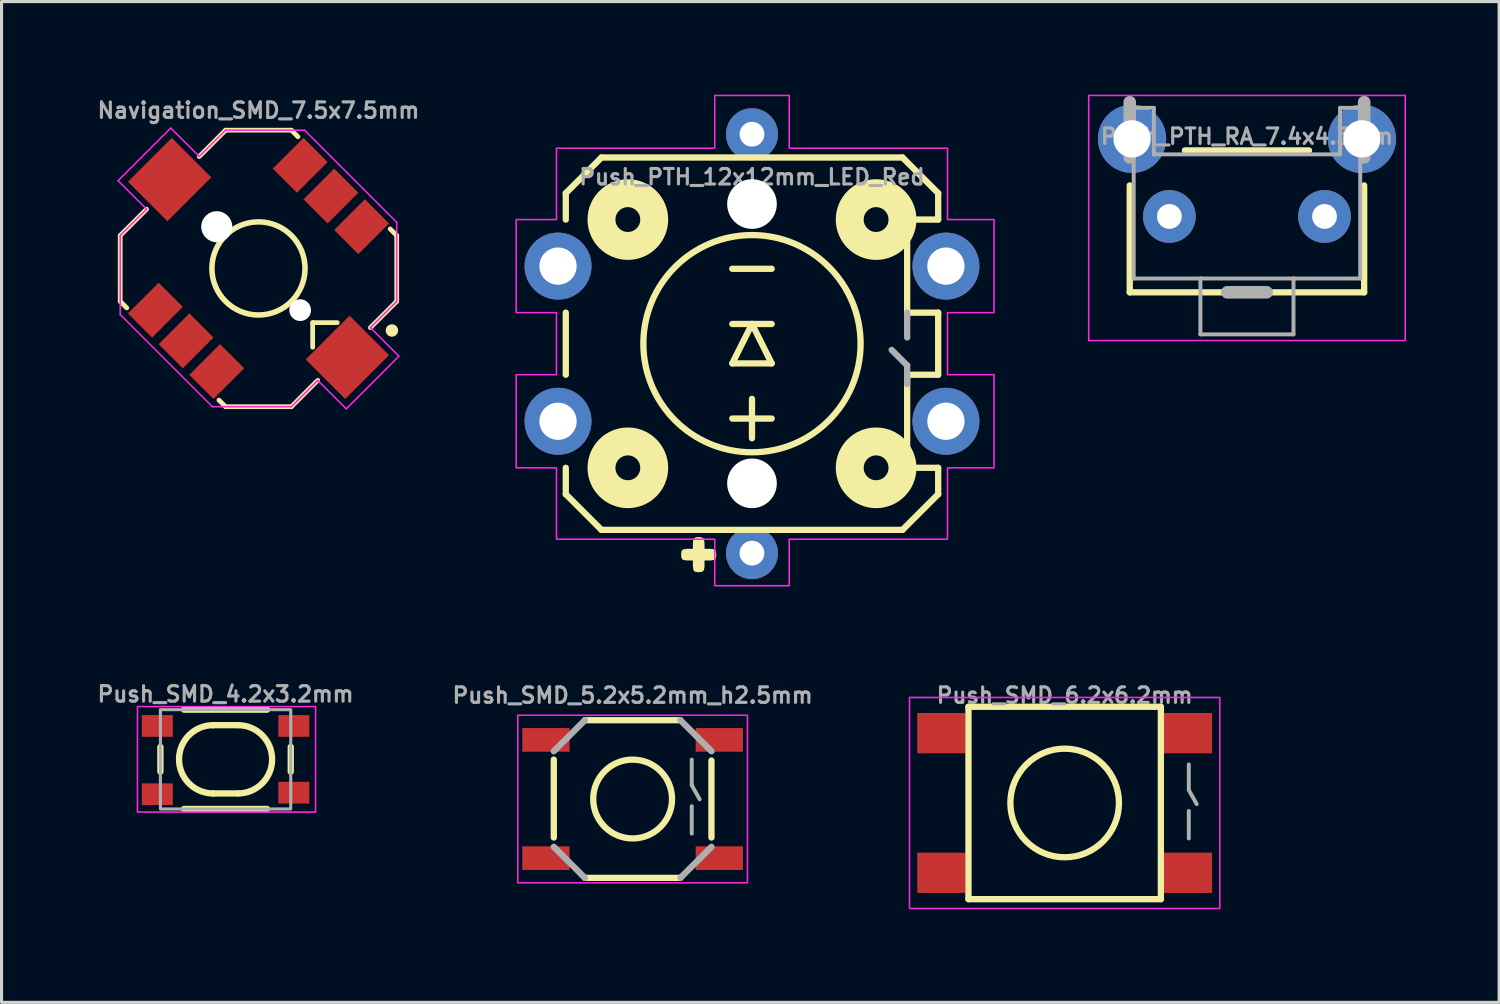
<source format=kicad_pcb>
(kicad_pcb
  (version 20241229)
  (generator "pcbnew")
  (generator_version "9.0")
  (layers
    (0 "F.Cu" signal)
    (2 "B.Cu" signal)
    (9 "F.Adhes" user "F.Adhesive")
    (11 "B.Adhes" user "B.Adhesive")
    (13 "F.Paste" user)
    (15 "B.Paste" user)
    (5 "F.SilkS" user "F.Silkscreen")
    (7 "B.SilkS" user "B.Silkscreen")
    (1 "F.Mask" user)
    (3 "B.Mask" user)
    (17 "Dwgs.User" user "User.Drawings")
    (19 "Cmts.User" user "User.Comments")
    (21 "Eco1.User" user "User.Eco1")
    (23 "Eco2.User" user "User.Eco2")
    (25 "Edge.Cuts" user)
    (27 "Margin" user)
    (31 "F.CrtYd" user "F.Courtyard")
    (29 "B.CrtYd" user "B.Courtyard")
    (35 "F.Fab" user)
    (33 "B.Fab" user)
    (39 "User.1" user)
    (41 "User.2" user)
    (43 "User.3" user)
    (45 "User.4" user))
  (footprint "Push_PTH_RA_7.4x4.3mm"
    (layer "F.Cu")
    (at 37.132 3.925)
    (property "Reference" "Push_PTH_RA_7.4x4.3mm" (at 0 -2.286 0) (layer "F.Fab") (effects (font (size 0.5 0.5) (thickness 0.1)) (justify bottom)))
    (attr through_hole)
    (fp_circle (center -2.5 0) (end -2.278 0) (stroke (width 0.445) (type solid)) (fill yes) (layer "F.Mask"))
    (fp_circle (center 2.5 0) (end 2.722 0) (stroke (width 0.445) (type solid)) (fill yes) (layer "F.Mask"))
    (fp_circle (center -2.5 0) (end -2.055 0) (stroke (width 0.889) (type solid)) (fill yes) (layer "B.Mask"))
    (fp_circle (center 2.5 0) (end 2.945 0) (stroke (width 0.889) (type solid)) (fill yes) (layer "B.Mask"))
    (fp_line (start -3.777 -1) (end -3.777 2.445) (stroke (width 0.203) (type solid)) (layer "F.SilkS"))
    (fp_line (start -3.777 2.445) (end 3.777 2.445) (stroke (width 0.203) (type solid)) (layer "F.SilkS"))
    (fp_line (start 2 -2.127) (end -2 -2.127) (stroke (width 0.203) (type solid)) (layer "F.SilkS"))
    (fp_line (start 3.777 2.445) (end 3.777 -1) (stroke (width 0.203) (type solid)) (layer "F.SilkS"))
    (fp_rect (start -5.1 -3.9) (end 5.1 4) (stroke (width 0.05) (type default)) (fill no) (layer "F.CrtYd"))
    (fp_line (start -3.777 -1.905) (end -3.777 -3.683) (stroke (width 0.406) (type solid)) (layer "F.Fab"))
    (fp_line (start -3.65 -3.5) (end -3 -3.5) (stroke (width 0.127) (type solid)) (layer "F.Fab"))
    (fp_line (start -3.65 2) (end -3.65 -3.5) (stroke (width 0.127) (type solid)) (layer "F.Fab"))
    (fp_line (start -3.65 2) (end -1.5 2) (stroke (width 0.127) (type solid)) (layer "F.Fab"))
    (fp_line (start -3 -2) (end -3 -3.5) (stroke (width 0.127) (type solid)) (layer "F.Fab"))
    (fp_line (start -3 -2) (end 3 -2) (stroke (width 0.127) (type solid)) (layer "F.Fab"))
    (fp_line (start -1.5 2) (end -1.5 3.8) (stroke (width 0.127) (type solid)) (layer "F.Fab"))
    (fp_line (start -1.5 2) (end 1.5 2) (stroke (width 0.127) (type solid)) (layer "F.Fab"))
    (fp_line (start -0.635 2.445) (end 0.635 2.445) (stroke (width 0.406) (type solid)) (layer "F.Fab"))
    (fp_line (start 1.5 2) (end 1.5 3.8) (stroke (width 0.127) (type solid)) (layer "F.Fab"))
    (fp_line (start 1.5 2) (end 3.65 2) (stroke (width 0.127) (type solid)) (layer "F.Fab"))
    (fp_line (start 1.5 3.8) (end -1.5 3.8) (stroke (width 0.127) (type solid)) (layer "F.Fab"))
    (fp_line (start 3 -3.5) (end 3.65 -3.5) (stroke (width 0.127) (type solid)) (layer "F.Fab"))
    (fp_line (start 3 -2) (end 3 -3.5) (stroke (width 0.127) (type solid)) (layer "F.Fab"))
    (fp_line (start 3.65 -3.5) (end 3.65 2) (stroke (width 0.127) (type solid)) (layer "F.Fab"))
    (fp_line (start 3.777 -1.905) (end 3.777 -3.683) (stroke (width 0.406) (type solid)) (layer "F.Fab"))
    (pad "1" thru_hole circle (at -2.5 0) (size 1.7 1.7) (drill 0.8) (layers "*.Cu"))
    (pad "2" thru_hole circle (at 2.5 0) (size 1.7 1.7) (drill 0.8) (layers "*.Cu"))
    (pad "M1" thru_hole circle (at -3.703 -2.5) (size 2.2 2.2) (drill 1.2) (layers "*.Cu" "*.Mask"))
    (pad "M2" thru_hole circle (at 3.703 -2.5) (size 2.2 2.2) (drill 1.2) (layers "*.Cu" "*.Mask")))
  (footprint "Navigation_SMD_7.5x7.5mm"
    (layer "F.Cu")
    (at 5.279 5.6)
    (property "Reference" "Navigation_SMD_7.5x7.5mm" (at 0 -4.8 180) (layer "F.Fab") (effects (font (size 0.5 0.5) (thickness 0.1)) (justify bottom)))
    (attr smd)
    (fp_line (start -4.455 -1.061) (end -4.455 1.061) (stroke (width 0.152) (type default)) (layer "F.SilkS"))
    (fp_line (start -4.455 1.061) (end -4.243 1.273) (stroke (width 0.152) (type default)) (layer "F.SilkS"))
    (fp_line (start -3.606 -1.909) (end -4.455 -1.061) (stroke (width 0.152) (type default)) (layer "F.SilkS"))
    (fp_line (start -1.909 -3.606) (end -1.061 -4.455) (stroke (width 0.152) (type default)) (layer "F.SilkS"))
    (fp_line (start -1.061 -4.455) (end 1.061 -4.455) (stroke (width 0.152) (type default)) (layer "F.SilkS"))
    (fp_line (start -1.061 4.455) (end -1.273 4.243) (stroke (width 0.152) (type default)) (layer "F.SilkS"))
    (fp_line (start 1.061 -4.455) (end 1.273 -4.243) (stroke (width 0.152) (type default)) (layer "F.SilkS"))
    (fp_line (start 1.061 4.455) (end -1.061 4.455) (stroke (width 0.152) (type default)) (layer "F.SilkS"))
    (fp_line (start 1.746 1.746) (end 2.54 1.746) (stroke (width 0.152) (type default)) (layer "F.SilkS"))
    (fp_line (start 1.746 2.54) (end 1.746 1.746) (stroke (width 0.152) (type default)) (layer "F.SilkS"))
    (fp_line (start 1.909 3.606) (end 1.061 4.455) (stroke (width 0.152) (type default)) (layer "F.SilkS"))
    (fp_line (start 3.606 1.909) (end 4.455 1.061) (stroke (width 0.152) (type default)) (layer "F.SilkS"))
    (fp_line (start 4.455 -1.061) (end 4.243 -1.273) (stroke (width 0.152) (type default)) (layer "F.SilkS"))
    (fp_line (start 4.455 1.061) (end 4.455 -1.061) (stroke (width 0.152) (type default)) (layer "F.SilkS"))
    (fp_circle (center 0 0) (end 1.061 -1.061) (stroke (width 0.178) (type default)) (fill no) (layer "F.SilkS"))
    (fp_circle (center 4.3 2) (end 4.3 2.1) (stroke (width 0.2) (type solid)) (fill yes) (layer "F.SilkS"))
    (fp_line (start -4.525 -2.828) (end -3.677 -3.677) (stroke (width 0.05) (type default)) (layer "F.CrtYd"))
    (fp_line (start -4.455 -1.061) (end -3.606 -1.909) (stroke (width 0.05) (type default)) (layer "F.CrtYd"))
    (fp_line (start -4.455 1.485) (end -4.455 -1.061) (stroke (width 0.05) (type default)) (layer "F.CrtYd"))
    (fp_line (start -3.606 -1.909) (end -4.525 -2.828) (stroke (width 0.05) (type default)) (layer "F.CrtYd"))
    (fp_line (start -2.828 -4.525) (end -3.677 -3.677) (stroke (width 0.05) (type default)) (layer "F.CrtYd"))
    (fp_line (start -1.909 -3.606) (end -2.828 -4.525) (stroke (width 0.05) (type default)) (layer "F.CrtYd"))
    (fp_line (start -1.909 -3.606) (end -1.061 -4.455) (stroke (width 0.05) (type default)) (layer "F.CrtYd"))
    (fp_line (start -1.485 4.455) (end -4.455 1.485) (stroke (width 0.05) (type default)) (layer "F.CrtYd"))
    (fp_line (start -1.061 -4.455) (end 1.485 -4.455) (stroke (width 0.05) (type default)) (layer "F.CrtYd"))
    (fp_line (start 1.061 4.455) (end -1.485 4.455) (stroke (width 0.05) (type default)) (layer "F.CrtYd"))
    (fp_line (start 1.485 -4.455) (end 4.455 -1.485) (stroke (width 0.05) (type default)) (layer "F.CrtYd"))
    (fp_line (start 1.909 3.606) (end 1.061 4.455) (stroke (width 0.05) (type default)) (layer "F.CrtYd"))
    (fp_line (start 1.909 3.606) (end 2.828 4.525) (stroke (width 0.05) (type default)) (layer "F.CrtYd"))
    (fp_line (start 2.828 4.525) (end 3.677 3.677) (stroke (width 0.05) (type default)) (layer "F.CrtYd"))
    (fp_line (start 3.606 1.909) (end 4.525 2.828) (stroke (width 0.05) (type default)) (layer "F.CrtYd"))
    (fp_line (start 4.455 -1.485) (end 4.455 1.061) (stroke (width 0.05) (type default)) (layer "F.CrtYd"))
    (fp_line (start 4.455 1.061) (end 3.606 1.909) (stroke (width 0.05) (type default)) (layer "F.CrtYd"))
    (fp_line (start 4.525 2.828) (end 3.677 3.677) (stroke (width 0.05) (type default)) (layer "F.CrtYd"))
    (fp_line (start -4.3 -1) (end -1 -4.3) (stroke (width 0.1) (type default)) (layer "User.1"))
    (fp_line (start -4.3 1) (end -4.3 -1) (stroke (width 0.1) (type default)) (layer "User.1"))
    (fp_line (start -4.3 1) (end -1 4.3) (stroke (width 0.1) (type default)) (layer "User.1"))
    (fp_line (start -1 -4.3) (end 1 -4.3) (stroke (width 0.1) (type default)) (layer "User.1"))
    (fp_line (start -1 4.3) (end 1 4.3) (stroke (width 0.1) (type default)) (layer "User.1"))
    (fp_line (start -0.95 0.7) (end -0.95 -0.7) (stroke (width 0.1) (type default)) (layer "User.1"))
    (fp_line (start -0.7 -0.95) (end 0.7 -0.95) (stroke (width 0.1) (type default)) (layer "User.1"))
    (fp_line (start 0 -4) (end -0.4 -3.6) (stroke (width 0.1) (type default)) (layer "User.1"))
    (fp_line (start 0 -4) (end 0.4 -3.6) (stroke (width 0.1) (type default)) (layer "User.1"))
    (fp_line (start 0 -2.8) (end 0 -4) (stroke (width 0.1) (type default)) (layer "User.1"))
    (fp_line (start 0.7 0.95) (end -0.7 0.95) (stroke (width 0.1) (type default)) (layer "User.1"))
    (fp_line (start 0.95 -0.7) (end 0.95 0.7) (stroke (width 0.1) (type default)) (layer "User.1"))
    (fp_line (start 1 -4.3) (end 4.3 -1) (stroke (width 0.1) (type default)) (layer "User.1"))
    (fp_line (start 4.3 1) (end 1 4.3) (stroke (width 0.1) (type default)) (layer "User.1"))
    (fp_line (start 4.3 1) (end 4.3 -1) (stroke (width 0.1) (type default)) (layer "User.1"))
    (fp_arc (start -0.949999 -0.699999) (mid -0.865058 -0.865057) (end -0.7 -0.949999) (stroke (width 0.1) (type default)) (layer "User.1"))
    (fp_arc (start -0.699999 0.949999) (mid -0.865057 0.865058) (end -0.949999 0.7) (stroke (width 0.1) (type default)) (layer "User.1"))
    (fp_arc (start 0.7 -0.949999) (mid 0.865058 -0.865058) (end 0.95 -0.7) (stroke (width 0.1) (type default)) (layer "User.1"))
    (fp_arc (start 0.949999 0.699999) (mid 0.865058 0.865057) (end 0.7 0.949999) (stroke (width 0.1) (type default)) (layer "User.1"))
    (fp_circle (center 0 0) (end 1.061 -1.061) (stroke (width 0.05) (type default)) (fill no) (layer "User.1"))
    (pad "" np_thru_hole circle (at -1.344 -1.344 45) (size 1 1) (drill 1) (layers "*.Cu" "*.Mask"))
    (pad "" np_thru_hole circle (at 1.344 1.344 45) (size 0.7 0.7) (drill 0.7) (layers "*.Cu" "*.Mask"))
    (pad "1" smd rect (at -3.323 1.344 45) (size 1.4 1.1) (layers "F.Cu" "F.Mask" "F.Paste"))
    (pad "2" smd rect (at -2.333 2.333 45) (size 1.4 1.1) (layers "F.Cu" "F.Mask" "F.Paste"))
    (pad "3" smd rect (at -1.344 3.323 45) (size 1.4 1.1) (layers "F.Cu" "F.Mask" "F.Paste"))
    (pad "4" smd rect (at 3.323 -1.344 45) (size 1.4 1.1) (layers "F.Cu" "F.Mask" "F.Paste"))
    (pad "5" smd rect (at 2.333 -2.333 45) (size 1.4 1.1) (layers "F.Cu" "F.Mask" "F.Paste"))
    (pad "6" smd rect (at 1.344 -3.323 45) (size 1.4 1.1) (layers "F.Cu" "F.Mask" "F.Paste"))
    (pad "MP1" smd rect (at 2.864 2.864 45) (size 2 1.8) (layers "F.Cu" "F.Mask" "F.Paste"))
    (pad "MP2" smd rect (at -2.864 -2.864 45) (size 2 1.8) (layers "F.Cu" "F.Mask" "F.Paste")))
  (footprint "Push_PTH_12x12mm_LED_Red"
    (layer "F.Cu")
    (at 21.182 8.025)
    (property "Reference" "Push_PTH_12x12mm_LED_Red" (at 0 -5.08 0) (layer "F.Fab") (effects (font (size 0.5 0.5) (thickness 0.1)) (justify bottom)))
    (attr through_hole)
    (fp_line (start -6 -4.85) (end -4.85 -6) (stroke (width 0.203) (type solid)) (layer "F.SilkS"))
    (fp_line (start -6 -4) (end -6 -4.85) (stroke (width 0.203) (type solid)) (layer "F.SilkS"))
    (fp_line (start -6 1) (end -6 -1) (stroke (width 0.203) (type solid)) (layer "F.SilkS"))
    (fp_line (start -6 4.85) (end -6 4) (stroke (width 0.203) (type solid)) (layer "F.SilkS"))
    (fp_line (start -4.85 -6) (end 4.85 -6) (stroke (width 0.203) (type solid)) (layer "F.SilkS"))
    (fp_line (start -4.85 6) (end -6 4.85) (stroke (width 0.203) (type solid)) (layer "F.SilkS"))
    (fp_line (start -0.635 -0.635) (end 0 -0.635) (stroke (width 0.203) (type solid)) (layer "F.SilkS"))
    (fp_line (start -0.635 0.635) (end 0.635 0.635) (stroke (width 0.203) (type solid)) (layer "F.SilkS"))
    (fp_line (start 0 -0.635) (end -0.635 0.635) (stroke (width 0.203) (type solid)) (layer "F.SilkS"))
    (fp_line (start 0 -0.635) (end 0.635 -0.635) (stroke (width 0.203) (type solid)) (layer "F.SilkS"))
    (fp_line (start 0 3.048) (end 0 1.778) (stroke (width 0.203) (type solid)) (layer "F.SilkS"))
    (fp_line (start 0.635 -2.413) (end -0.635 -2.413) (stroke (width 0.203) (type solid)) (layer "F.SilkS"))
    (fp_line (start 0.635 0.635) (end 0 -0.635) (stroke (width 0.203) (type solid)) (layer "F.SilkS"))
    (fp_line (start 0.635 2.413) (end -0.635 2.413) (stroke (width 0.203) (type solid)) (layer "F.SilkS"))
    (fp_line (start 4.85 -6) (end 6 -4.85) (stroke (width 0.203) (type solid)) (layer "F.SilkS"))
    (fp_line (start 4.85 6) (end -4.85 6) (stroke (width 0.203) (type solid)) (layer "F.SilkS"))
    (fp_line (start 5 -4) (end 6 -4) (stroke (width 0.203) (type solid)) (layer "F.SilkS"))
    (fp_line (start 5 -1) (end 5 -4) (stroke (width 0.203) (type solid)) (layer "F.SilkS"))
    (fp_line (start 5 1) (end 5 4) (stroke (width 0.203) (type solid)) (layer "F.SilkS"))
    (fp_line (start 5 4) (end 6 4) (stroke (width 0.203) (type solid)) (layer "F.SilkS"))
    (fp_line (start 6 -4.85) (end 6 -4) (stroke (width 0.203) (type solid)) (layer "F.SilkS"))
    (fp_line (start 6 -1) (end 5 -1) (stroke (width 0.203) (type solid)) (layer "F.SilkS"))
    (fp_line (start 6 -1) (end 6 1) (stroke (width 0.203) (type solid)) (layer "F.SilkS"))
    (fp_line (start 6 1) (end 5 1) (stroke (width 0.203) (type solid)) (layer "F.SilkS"))
    (fp_line (start 6 4) (end 6 4.85) (stroke (width 0.203) (type solid)) (layer "F.SilkS"))
    (fp_line (start 6 4.85) (end 4.85 6) (stroke (width 0.203) (type solid)) (layer "F.SilkS"))
    (fp_circle (center -4 -4) (end -3.6 -4) (stroke (width 0.9) (type solid)) (fill no) (layer "F.SilkS"))
    (fp_circle (center -4 4) (end -3.6 4) (stroke (width 0.9) (type solid)) (fill no) (layer "F.SilkS"))
    (fp_circle (center 0 0) (end 3.5 0) (stroke (width 0.203) (type solid)) (fill no) (layer "F.SilkS"))
    (fp_circle (center 4 -4) (end 4.4 -4) (stroke (width 0.9) (type solid)) (fill no) (layer "F.SilkS"))
    (fp_circle (center 4 4) (end 4.4 4) (stroke (width 0.9) (type solid)) (fill no) (layer "F.SilkS"))
    (fp_poly (pts (xy -1.529 6.609) (xy -1.336 6.609) (xy -1.214 6.629) (xy -1.163 6.69) (xy -1.15 6.798) (xy -1.162 6.906) (xy -1.203 6.964) (xy -1.324 6.985) (xy -1.529 6.985) (xy -1.529 7.178) (xy -1.549 7.299) (xy -1.61 7.351) (xy -1.718 7.364) (xy -1.826 7.351) (xy -1.884 7.306) (xy -1.905 7.176) (xy -1.905 6.985) (xy -2.112 6.985) (xy -2.226 6.966) (xy -2.274 6.905) (xy -2.286 6.797) (xy -2.273 6.689) (xy -2.226 6.63) (xy -2.095 6.609) (xy -1.905 6.609) (xy -1.905 6.416) (xy -1.886 6.294) (xy -1.825 6.243) (xy -1.717 6.23) (xy -1.609 6.243) (xy -1.55 6.287) (xy -1.529 6.418) (xy -1.529 6.609)) (stroke (width 0) (type solid)) (fill yes) (layer "F.SilkS"))
    (fp_poly (pts (xy 7.8 -4) (xy 7.8 -1) (xy 6.3 -1) (xy 6.3 1) (xy 7.8 1) (xy 7.8 4) (xy 6.3 4) (xy 6.3 6.3) (xy 1.2 6.3) (xy 1.2 7.8) (xy -1.2 7.8) (xy -1.2 6.3) (xy -6.3 6.3) (xy -6.3 4) (xy -7.6 4) (xy -7.6 1) (xy -6.3 1) (xy -6.3 -1) (xy -7.6 -1) (xy -7.6 -4) (xy -6.3 -4) (xy -6.3 -6.3) (xy -1.2 -6.3) (xy -1.2 -8) (xy 1.2 -8) (xy 1.2 -6.3) (xy 6.3 -6.3) (xy 6.3 -4)) (stroke (width 0.05) (type solid)) (fill no) (layer "F.CrtYd"))
    (fp_line (start 5 -0.2) (end 5 -1) (stroke (width 0.203) (type solid)) (layer "F.Fab"))
    (fp_line (start 5 0.7) (end 4.5 0.2) (stroke (width 0.203) (type solid)) (layer "F.Fab"))
    (fp_line (start 5 1.3) (end 5 0.7) (stroke (width 0.203) (type solid)) (layer "F.Fab"))
    (pad "" np_thru_hole circle (at 0 -4.5) (size 1.6 1.6) (drill 1.6) (layers "*.Cu" "*.Mask"))
    (pad "" np_thru_hole circle (at 0 4.5) (size 1.6 1.6) (drill 1.6) (layers "*.Cu" "*.Mask"))
    (pad "1" thru_hole circle (at -6.25 -2.5) (size 2.159 2.159) (drill 1.2) (layers "*.Cu" "*.Mask"))
    (pad "1" thru_hole circle (at 6.25 -2.5) (size 2.159 2.159) (drill 1.2) (layers "*.Cu" "*.Mask"))
    (pad "2" thru_hole circle (at -6.25 2.5) (size 2.159 2.159) (drill 1.2) (layers "*.Cu" "*.Mask"))
    (pad "2" thru_hole circle (at 6.25 2.5) (size 2.159 2.159) (drill 1.2) (layers "*.Cu" "*.Mask"))
    (pad "A" thru_hole circle (at 0 6.75) (size 1.676 1.676) (drill 0.8) (layers "*.Cu" "*.Mask"))
    (pad "K" thru_hole circle (at 0 -6.75) (size 1.676 1.676) (drill 0.8) (layers "*.Cu" "*.Mask")))
  (footprint "Push_SMD_5.2x5.2mm_h2.5mm"
    (layer "F.Cu")
    (at 17.336 22.698)
    (property "Reference" "Push_SMD_5.2x5.2mm_h2.5mm" (at 0 -3.048 0) (layer "F.Fab") (effects (font (size 0.5 0.5) (thickness 0.1) (bold yes)) (justify bottom)))
    (attr smd)
    (fp_line (start -2.54 1.24) (end -2.54 -1.27) (stroke (width 0.203) (type solid)) (layer "F.SilkS"))
    (fp_line (start -1.54 -2.54) (end 1.54 -2.54) (stroke (width 0.203) (type solid)) (layer "F.SilkS"))
    (fp_line (start 1.54 2.54) (end -1.54 2.54) (stroke (width 0.203) (type solid)) (layer "F.SilkS"))
    (fp_line (start 2.54 -1.24) (end 2.54 1.24) (stroke (width 0.203) (type solid)) (layer "F.SilkS"))
    (fp_circle (center 0 0) (end 1.27 0) (stroke (width 0.203) (type solid)) (fill no) (layer "F.SilkS"))
    (fp_rect (start 3.7 -2.7) (end -3.7 2.7) (stroke (width 0.05) (type default)) (fill no) (layer "F.CrtYd"))
    (fp_line (start -2.54 -1.54) (end -1.54 -2.54) (stroke (width 0.203) (type solid)) (layer "F.Fab"))
    (fp_line (start -1.54 2.54) (end -2.54 1.54) (stroke (width 0.203) (type solid)) (layer "F.Fab"))
    (fp_line (start 1.54 -2.54) (end 2.54 -1.54) (stroke (width 0.203) (type solid)) (layer "F.Fab"))
    (fp_line (start 1.905 -1.27) (end 1.905 -0.445) (stroke (width 0.127) (type solid)) (layer "F.Fab"))
    (fp_line (start 1.905 -0.445) (end 2.16 0.01) (stroke (width 0.127) (type solid)) (layer "F.Fab"))
    (fp_line (start 1.905 0.23) (end 1.905 1.115) (stroke (width 0.127) (type solid)) (layer "F.Fab"))
    (fp_line (start 2.54 1.54) (end 1.54 2.54) (stroke (width 0.203) (type solid)) (layer "F.Fab"))
    (pad "1" smd rect (at -2.794 -1.905 90) (size 0.762 1.524) (layers "F.Cu" "F.Mask" "F.Paste"))
    (pad "1" smd rect (at 2.794 -1.905 90) (size 0.762 1.524) (layers "F.Cu" "F.Mask" "F.Paste"))
    (pad "2" smd rect (at -2.794 1.905 90) (size 0.762 1.524) (layers "F.Cu" "F.Mask" "F.Paste"))
    (pad "2" smd rect (at 2.794 1.905 90) (size 0.762 1.524) (layers "F.Cu" "F.Mask" "F.Paste")))
  (footprint "Push_SMD_4.2x3.2mm"
    (layer "F.Cu")
    (at 4.219 21.418)
    (property "Reference" "Push_SMD_4.2x3.2mm" (at 0 -2.1 0) (layer "F.Fab") (effects (font (size 0.5 0.5) (thickness 0.1))))
    (attr smd)
    (fp_line (start -2.1 0.4) (end -2.1 -0.4) (stroke (width 0.203) (type solid)) (layer "F.SilkS"))
    (fp_line (start -1.338 -1.6) (end 1.338 -1.6) (stroke (width 0.203) (type solid)) (layer "F.SilkS"))
    (fp_line (start -0.4 -1.1) (end 0.4 -1.1) (stroke (width 0.203) (type default)) (layer "F.SilkS"))
    (fp_line (start -0.4 1.1) (end 0.4 1.1) (stroke (width 0.203) (type default)) (layer "F.SilkS"))
    (fp_line (start 1.338 1.6) (end -1.338 1.6) (stroke (width 0.203) (type solid)) (layer "F.SilkS"))
    (fp_line (start 2.1 0.4) (end 2.1 -0.4) (stroke (width 0.203) (type solid)) (layer "F.SilkS"))
    (fp_arc (start -0.4 1.1) (mid -1.5 0) (end -0.4 -1.1) (stroke (width 0.2032) (type default)) (layer "F.SilkS"))
    (fp_arc (start 0.4 -1.1) (mid 1.5 0) (end 0.4 1.1) (stroke (width 0.2032) (type default)) (layer "F.SilkS"))
    (fp_rect (start -2.84 -1.7) (end 2.9 1.7) (stroke (width 0.05) (type default)) (fill no) (layer "F.CrtYd"))
    (fp_rect (start -2.1 -1.6) (end 2.1 1.6) (stroke (width 0.1) (type default)) (fill no) (layer "F.Fab"))
    (pad "1" smd rect (at -2.2 -1.075) (size 1 0.7) (layers "F.Cu" "F.Mask" "F.Paste"))
    (pad "1" smd rect (at 2.2 -1.075) (size 1 0.7) (layers "F.Cu" "F.Mask" "F.Paste"))
    (pad "2" smd rect (at -2.2 1.125) (size 1 0.7) (layers "F.Cu" "F.Mask" "F.Paste"))
    (pad "2" smd rect (at 2.2 1.075) (size 1 0.7) (layers "F.Cu" "F.Mask" "F.Paste")))
  (footprint "Push_SMD_6.2x6.2mm"
    (layer "F.Cu")
    (at 31.258 22.825)
    (property "Reference" "Push_SMD_6.2x6.2mm" (at 0 -3.175 0) (layer "F.Fab") (effects (font (size 0.5 0.5) (thickness 0.1)) (justify bottom)))
    (attr smd)
    (fp_line (start -3.1 -3.1) (end -3.1 3.1) (stroke (width 0.203) (type solid)) (layer "F.SilkS"))
    (fp_line (start -3.1 3.1) (end 3.1 3.1) (stroke (width 0.203) (type solid)) (layer "F.SilkS"))
    (fp_line (start 3.1 -3.1) (end -3.1 -3.1) (stroke (width 0.203) (type solid)) (layer "F.SilkS"))
    (fp_line (start 3.1 3.1) (end 3.1 -3.1) (stroke (width 0.203) (type solid)) (layer "F.SilkS"))
    (fp_circle (center 0 0) (end 1.75 0) (stroke (width 0.203) (type solid)) (fill no) (layer "F.SilkS"))
    (fp_rect (start 5 -3.4) (end -5 3.4) (stroke (width 0.05) (type default)) (fill no) (layer "F.CrtYd"))
    (fp_line (start 4 -1.242) (end 4 -0.417) (stroke (width 0.127) (type solid)) (layer "F.Fab"))
    (fp_line (start 4 -0.417) (end 4.255 0.037) (stroke (width 0.127) (type solid)) (layer "F.Fab"))
    (fp_line (start 4 0.258) (end 4 1.143) (stroke (width 0.127) (type solid)) (layer "F.Fab"))
    (pad "1" smd rect (at -3.975 -2.25 90) (size 1.3 1.55) (layers "F.Cu" "F.Mask" "F.Paste"))
    (pad "1" smd rect (at 3.975 -2.25 90) (size 1.3 1.55) (layers "F.Cu" "F.Mask" "F.Paste"))
    (pad "2" smd rect (at -3.975 2.25 90) (size 1.3 1.55) (layers "F.Cu" "F.Mask" "F.Paste"))
    (pad "2" smd rect (at 3.975 2.25 90) (size 1.3 1.55) (layers "F.Cu" "F.Mask" "F.Paste")))
  (gr_rect
    (start -3 -3)
    (end 45.257 29.25)
    (stroke (width 0.1) (type default))
    (fill no)
    (layer "Edge.Cuts")))
</source>
